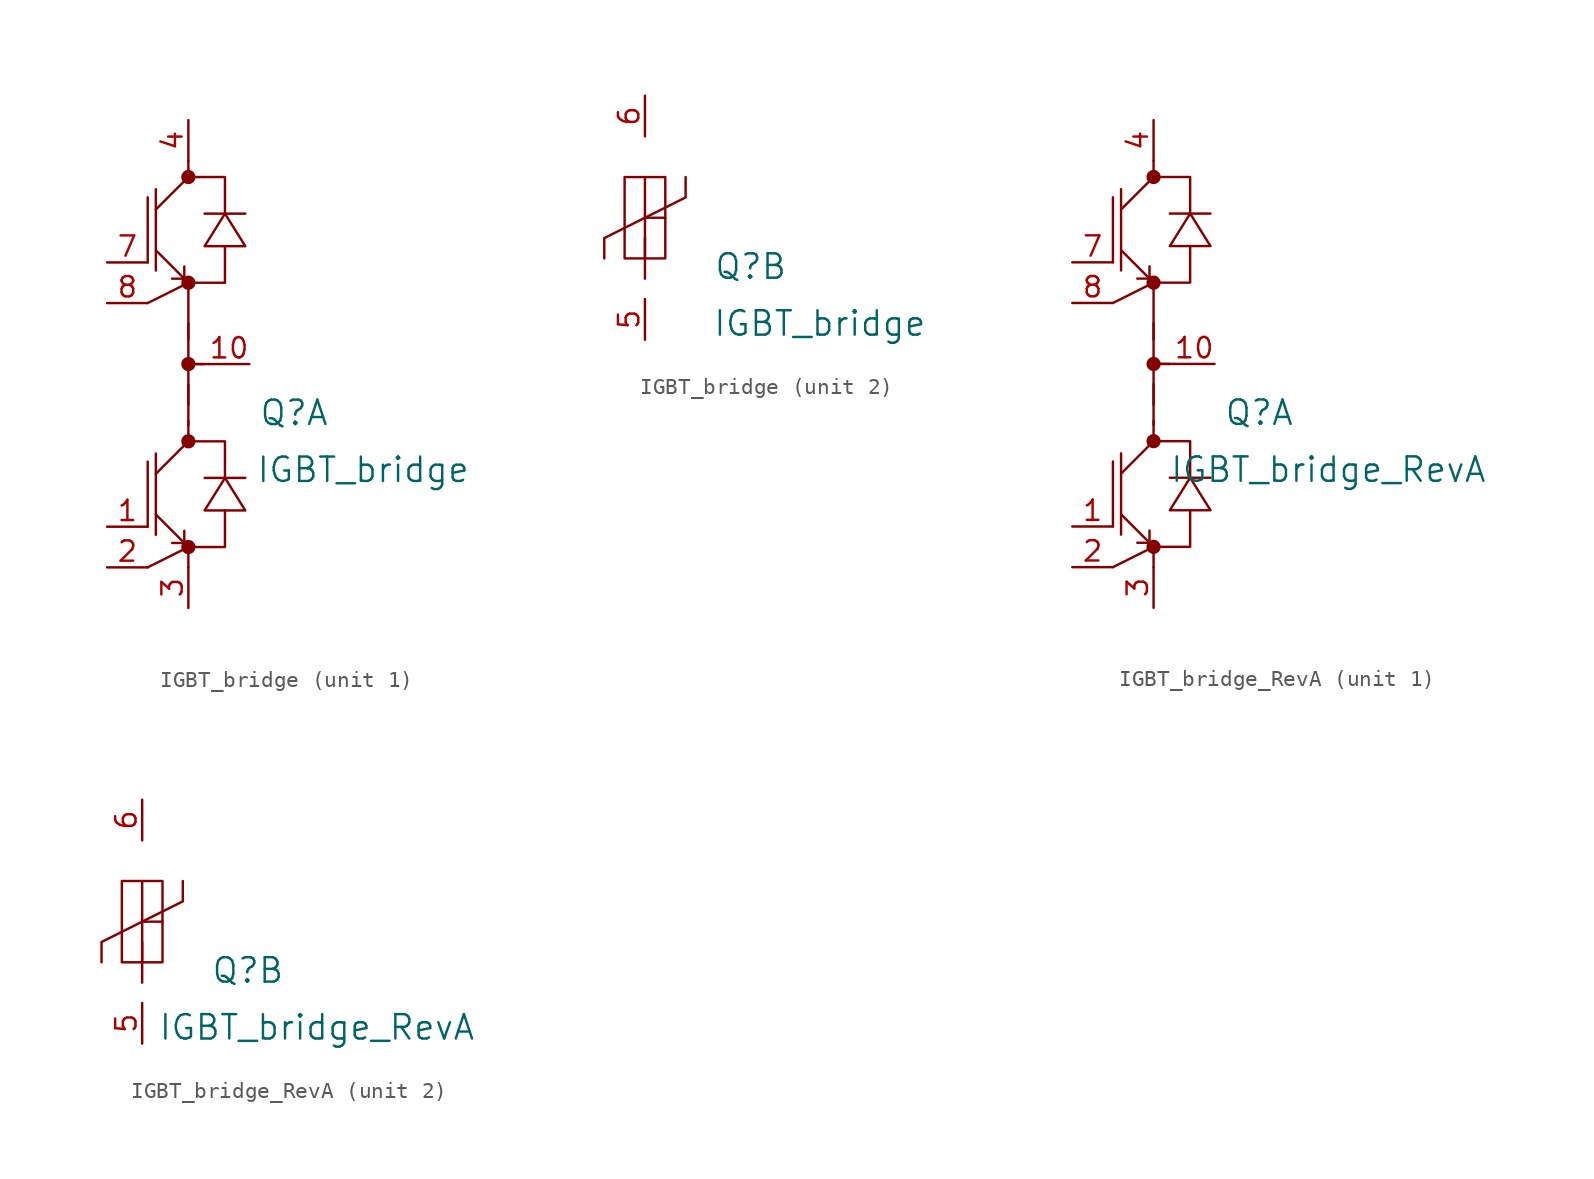
<source format=kicad_sym>
(kicad_symbol_lib
  (version 20211014)
  (generator kicad_symbol_editor)
  (symbol "IGBT_bridge"
    (pin_names
      (offset 1.016))
    (property "Reference" "Q"
      (at 6.604 -3.048 0)
      (effects (font (size 1.524 1.524))))
    (property "Value" "IGBT_bridge"
      (at 10.922 -6.604 0)
      (effects (font (size 1.524 1.524))))
    (symbol "IGBT_bridge_0_1"
      (polyline (pts (xy 0 -3.81) (xy 0 -1.27)) (stroke (width 0) (type default) (color 0 0 0 0)) (fill (type none)))
      (polyline (pts (xy 0 2.54) (xy 0 -2.54)) (stroke (width 0) (type default) (color 0 0 0 0)) (fill (type none)))
      (polyline (pts (xy 1.27 0) (xy 0 0)) (stroke (width 0) (type default) (color 0 0 0 0)) (fill (type none))))
    (symbol "IGBT_bridge_1_1"
      (circle (center 0 -11.43) (radius 0.254) (stroke (width 0.381) (type default) (color 0 0 0 0)) (fill (type none)))
      (circle (center 0 -4.826) (radius 0.254) (stroke (width 0.381) (type default) (color 0 0 0 0)) (fill (type none)))
      (polyline (pts (xy -2.54 -12.7) (xy 0 -11.43)) (stroke (width 0) (type default) (color 0 0 0 0)) (fill (type none)))
      (polyline (pts (xy -2.54 -10.16) (xy -2.54 -6.096)) (stroke (width 0) (type default) (color 0 0 0 0)) (fill (type none)))
      (polyline (pts (xy -2.54 3.81) (xy 0 5.08)) (stroke (width 0) (type default) (color 0 0 0 0)) (fill (type none)))
      (polyline (pts (xy -2.54 6.35) (xy -2.54 10.414)) (stroke (width 0) (type default) (color 0 0 0 0)) (fill (type none)))
      (polyline (pts (xy -2.032 -10.668) (xy -2.032 -5.588)) (stroke (width 0) (type default) (color 0 0 0 0)) (fill (type none)))
      (polyline (pts (xy -2.032 -6.858) (xy 0 -4.826)) (stroke (width 0) (type default) (color 0 0 0 0)) (fill (type none)))
      (polyline (pts (xy -2.032 5.842) (xy -2.032 10.922)) (stroke (width 0) (type default) (color 0 0 0 0)) (fill (type none)))
      (polyline (pts (xy -2.032 9.652) (xy 0 11.684)) (stroke (width 0) (type default) (color 0 0 0 0)) (fill (type none)))
      (polyline (pts (xy -0.254 -11.176) (xy -1.016 -11.176)) (stroke (width 0) (type default) (color 0 0 0 0)) (fill (type none)))
      (polyline (pts (xy -0.254 -11.176) (xy -0.254 -10.414)) (stroke (width 0) (type default) (color 0 0 0 0)) (fill (type none)))
      (polyline (pts (xy -0.254 5.334) (xy -1.016 5.334)) (stroke (width 0) (type default) (color 0 0 0 0)) (fill (type none)))
      (polyline (pts (xy -0.254 5.334) (xy -0.254 6.096)) (stroke (width 0) (type default) (color 0 0 0 0)) (fill (type none)))
      (polyline (pts (xy 0 -12.7) (xy 0 -11.43)) (stroke (width 0) (type default) (color 0 0 0 0)) (fill (type none)))
      (polyline (pts (xy 0 -11.43) (xy -2.032 -9.398)) (stroke (width 0) (type default) (color 0 0 0 0)) (fill (type none)))
      (polyline (pts (xy 0 -3.556) (xy 0 -4.826)) (stroke (width 0) (type default) (color 0 0 0 0)) (fill (type none)))
      (polyline (pts (xy 0 5.08) (xy -2.032 7.112)) (stroke (width 0) (type default) (color 0 0 0 0)) (fill (type none)))
      (polyline (pts (xy 0 5.08) (xy 0 1.524)) (stroke (width 0) (type default) (color 0 0 0 0)) (fill (type none)))
      (polyline (pts (xy 0 11.684) (xy 0 12.7)) (stroke (width 0) (type default) (color 0 0 0 0)) (fill (type none)))
      (polyline (pts (xy 1.016 -7.112) (xy 3.556 -7.112)) (stroke (width 0) (type default) (color 0 0 0 0)) (fill (type none)))
      (polyline (pts (xy 1.016 0) (xy 0 0)) (stroke (width 0) (type default) (color 0 0 0 0)) (fill (type none)))
      (polyline (pts (xy 1.016 9.398) (xy 3.556 9.398)) (stroke (width 0) (type default) (color 0 0 0 0)) (fill (type none)))
      (polyline (pts (xy 0 -11.43) (xy 2.286 -11.43) (xy 2.286 -9.144)) (stroke (width 0) (type default) (color 0 0 0 0)) (fill (type none)))
      (polyline (pts (xy 0 -4.826) (xy 2.286 -4.826) (xy 2.286 -7.112)) (stroke (width 0) (type default) (color 0 0 0 0)) (fill (type none)))
      (polyline (pts (xy 0 5.08) (xy 2.286 5.08) (xy 2.286 7.366)) (stroke (width 0) (type default) (color 0 0 0 0)) (fill (type none)))
      (polyline (pts (xy 0 11.684) (xy 2.286 11.684) (xy 2.286 9.398)) (stroke (width 0) (type default) (color 0 0 0 0)) (fill (type none)))
      (polyline (pts (xy 2.286 -7.112) (xy 1.016 -9.144) (xy 3.556 -9.144) (xy 2.286 -7.112)) (stroke (width 0) (type default) (color 0 0 0 0)) (fill (type none)))
      (polyline (pts (xy 2.286 9.398) (xy 1.016 7.366) (xy 3.556 7.366) (xy 2.286 9.398)) (stroke (width 0) (type default) (color 0 0 0 0)) (fill (type none)))
      (circle (center 0 0) (radius 0.254) (stroke (width 0.381) (type default) (color 0 0 0 0)) (fill (type none)))
      (circle (center 0 5.08) (radius 0.254) (stroke (width 0.381) (type default) (color 0 0 0 0)) (fill (type none)))
      (circle (center 0 11.684) (radius 0.254) (stroke (width 0.381) (type default) (color 0 0 0 0)) (fill (type none)))
      (pin input line (at -5.08 -10.16 0) (length 2.54) (name "~" (effects (font (size 1.27 1.27)))) (number "1" (effects (font (size 1.27 1.27)))))
      (pin input line (at 3.81 0 180) (length 2.54) (name "~" (effects (font (size 1.27 1.27)))) (number "10" (effects (font (size 1.27 1.27)))))
      (pin input line (at -5.08 -12.7 0) (length 2.54) (name "~" (effects (font (size 1.27 1.27)))) (number "2" (effects (font (size 1.27 1.27)))))
      (pin input line (at 0 -15.24 90) (length 2.54) (name "~" (effects (font (size 1.27 1.27)))) (number "3" (effects (font (size 1.27 1.27)))))
      (pin input line (at 0 15.24 270) (length 2.54) (name "~" (effects (font (size 1.27 1.27)))) (number "4" (effects (font (size 1.27 1.27)))))
      (pin input line (at -5.08 6.35 0) (length 2.54) (name "~" (effects (font (size 1.27 1.27)))) (number "7" (effects (font (size 1.27 1.27)))))
      (pin input line (at -5.08 3.81 0) (length 2.54) (name "~" (effects (font (size 1.27 1.27)))) (number "8" (effects (font (size 1.27 1.27))))))
    (symbol "IGBT_bridge_2_1"
      (rectangle (start -1.27 2.54) (end 1.27 -2.54) (stroke (width 0) (type default) (color 0 0 0 0)) (fill (type none)))
      (polyline (pts (xy -2.54 -2.54) (xy -2.54 -1.27) (xy 2.54 1.27) (xy 2.54 2.54)) (stroke (width 0) (type default) (color 0 0 0 0)) (fill (type none)))
      (pin input line (at 0 -7.62 90) (length 2.54) (name "~" (effects (font (size 1.27 1.27)))) (number "5" (effects (font (size 1.27 1.27)))))
      (pin input line (at 0 7.62 270) (length 2.54) (name "~" (effects (font (size 1.27 1.27)))) (number "6" (effects (font (size 1.27 1.27)))))))
  (symbol "IGBT_bridge_RevA"
    (pin_names
      (offset 1.016))
    (property "Reference" "Q"
      (at 6.604 -3.048 0)
      (effects (font (size 1.524 1.524))))
    (property "Value" "IGBT_bridge_RevA"
      (at 10.922 -6.604 0)
      (effects (font (size 1.524 1.524))))
    (symbol "IGBT_bridge_RevA_0_1"
      (polyline (pts (xy 0 -3.81) (xy 0 -1.27)) (stroke (width 0) (type default) (color 0 0 0 0)) (fill (type none)))
      (polyline (pts (xy 0 2.54) (xy 0 -2.54)) (stroke (width 0) (type default) (color 0 0 0 0)) (fill (type none)))
      (polyline (pts (xy 1.27 0) (xy 0 0)) (stroke (width 0) (type default) (color 0 0 0 0)) (fill (type none))))
    (symbol "IGBT_bridge_RevA_1_1"
      (circle (center 0 -11.43) (radius 0.254) (stroke (width 0.381) (type default) (color 0 0 0 0)) (fill (type none)))
      (circle (center 0 -4.826) (radius 0.254) (stroke (width 0.381) (type default) (color 0 0 0 0)) (fill (type none)))
      (polyline (pts (xy -2.54 -12.7) (xy 0 -11.43)) (stroke (width 0) (type default) (color 0 0 0 0)) (fill (type none)))
      (polyline (pts (xy -2.54 -10.16) (xy -2.54 -6.096)) (stroke (width 0) (type default) (color 0 0 0 0)) (fill (type none)))
      (polyline (pts (xy -2.54 3.81) (xy 0 5.08)) (stroke (width 0) (type default) (color 0 0 0 0)) (fill (type none)))
      (polyline (pts (xy -2.54 6.35) (xy -2.54 10.414)) (stroke (width 0) (type default) (color 0 0 0 0)) (fill (type none)))
      (polyline (pts (xy -2.032 -10.668) (xy -2.032 -5.588)) (stroke (width 0) (type default) (color 0 0 0 0)) (fill (type none)))
      (polyline (pts (xy -2.032 -6.858) (xy 0 -4.826)) (stroke (width 0) (type default) (color 0 0 0 0)) (fill (type none)))
      (polyline (pts (xy -2.032 5.842) (xy -2.032 10.922)) (stroke (width 0) (type default) (color 0 0 0 0)) (fill (type none)))
      (polyline (pts (xy -2.032 9.652) (xy 0 11.684)) (stroke (width 0) (type default) (color 0 0 0 0)) (fill (type none)))
      (polyline (pts (xy -0.254 -11.176) (xy -1.016 -11.176)) (stroke (width 0) (type default) (color 0 0 0 0)) (fill (type none)))
      (polyline (pts (xy -0.254 -11.176) (xy -0.254 -10.414)) (stroke (width 0) (type default) (color 0 0 0 0)) (fill (type none)))
      (polyline (pts (xy -0.254 5.334) (xy -1.016 5.334)) (stroke (width 0) (type default) (color 0 0 0 0)) (fill (type none)))
      (polyline (pts (xy -0.254 5.334) (xy -0.254 6.096)) (stroke (width 0) (type default) (color 0 0 0 0)) (fill (type none)))
      (polyline (pts (xy 0 -12.7) (xy 0 -11.43)) (stroke (width 0) (type default) (color 0 0 0 0)) (fill (type none)))
      (polyline (pts (xy 0 -11.43) (xy -2.032 -9.398)) (stroke (width 0) (type default) (color 0 0 0 0)) (fill (type none)))
      (polyline (pts (xy 0 -3.556) (xy 0 -4.826)) (stroke (width 0) (type default) (color 0 0 0 0)) (fill (type none)))
      (polyline (pts (xy 0 5.08) (xy -2.032 7.112)) (stroke (width 0) (type default) (color 0 0 0 0)) (fill (type none)))
      (polyline (pts (xy 0 5.08) (xy 0 1.524)) (stroke (width 0) (type default) (color 0 0 0 0)) (fill (type none)))
      (polyline (pts (xy 0 11.684) (xy 0 12.7)) (stroke (width 0) (type default) (color 0 0 0 0)) (fill (type none)))
      (polyline (pts (xy 1.016 -7.112) (xy 3.556 -7.112)) (stroke (width 0) (type default) (color 0 0 0 0)) (fill (type none)))
      (polyline (pts (xy 1.016 0) (xy 0 0)) (stroke (width 0) (type default) (color 0 0 0 0)) (fill (type none)))
      (polyline (pts (xy 1.016 9.398) (xy 3.556 9.398)) (stroke (width 0) (type default) (color 0 0 0 0)) (fill (type none)))
      (polyline (pts (xy 0 -11.43) (xy 2.286 -11.43) (xy 2.286 -9.144)) (stroke (width 0) (type default) (color 0 0 0 0)) (fill (type none)))
      (polyline (pts (xy 0 -4.826) (xy 2.286 -4.826) (xy 2.286 -7.112)) (stroke (width 0) (type default) (color 0 0 0 0)) (fill (type none)))
      (polyline (pts (xy 0 5.08) (xy 2.286 5.08) (xy 2.286 7.366)) (stroke (width 0) (type default) (color 0 0 0 0)) (fill (type none)))
      (polyline (pts (xy 0 11.684) (xy 2.286 11.684) (xy 2.286 9.398)) (stroke (width 0) (type default) (color 0 0 0 0)) (fill (type none)))
      (polyline (pts (xy 2.286 -7.112) (xy 1.016 -9.144) (xy 3.556 -9.144) (xy 2.286 -7.112)) (stroke (width 0) (type default) (color 0 0 0 0)) (fill (type none)))
      (polyline (pts (xy 2.286 9.398) (xy 1.016 7.366) (xy 3.556 7.366) (xy 2.286 9.398)) (stroke (width 0) (type default) (color 0 0 0 0)) (fill (type none)))
      (circle (center 0 0) (radius 0.254) (stroke (width 0.381) (type default) (color 0 0 0 0)) (fill (type none)))
      (circle (center 0 5.08) (radius 0.254) (stroke (width 0.381) (type default) (color 0 0 0 0)) (fill (type none)))
      (circle (center 0 11.684) (radius 0.254) (stroke (width 0.381) (type default) (color 0 0 0 0)) (fill (type none)))
      (pin input line (at -5.08 -10.16 0) (length 2.54) (name "~" (effects (font (size 1.27 1.27)))) (number "1" (effects (font (size 1.27 1.27)))))
      (pin input line (at 3.81 0 180) (length 2.54) (name "~" (effects (font (size 1.27 1.27)))) (number "10" (effects (font (size 1.27 1.27)))))
      (pin input line (at -5.08 -12.7 0) (length 2.54) (name "~" (effects (font (size 1.27 1.27)))) (number "2" (effects (font (size 1.27 1.27)))))
      (pin input line (at 0 -15.24 90) (length 2.54) (name "~" (effects (font (size 1.27 1.27)))) (number "3" (effects (font (size 1.27 1.27)))))
      (pin input line (at 0 15.24 270) (length 2.54) (name "~" (effects (font (size 1.27 1.27)))) (number "4" (effects (font (size 1.27 1.27)))))
      (pin input line (at -5.08 6.35 0) (length 2.54) (name "~" (effects (font (size 1.27 1.27)))) (number "7" (effects (font (size 1.27 1.27)))))
      (pin input line (at -5.08 3.81 0) (length 2.54) (name "~" (effects (font (size 1.27 1.27)))) (number "8" (effects (font (size 1.27 1.27))))))
    (symbol "IGBT_bridge_RevA_2_1"
      (rectangle (start -1.27 2.54) (end 1.27 -2.54) (stroke (width 0) (type default) (color 0 0 0 0)) (fill (type none)))
      (polyline (pts (xy -2.54 -2.54) (xy -2.54 -1.27) (xy 2.54 1.27) (xy 2.54 2.54)) (stroke (width 0) (type default) (color 0 0 0 0)) (fill (type none)))
      (pin input line (at 0 -7.62 90) (length 2.54) (name "~" (effects (font (size 1.27 1.27)))) (number "5" (effects (font (size 1.27 1.27)))))
      (pin input line (at 0 7.62 270) (length 2.54) (name "~" (effects (font (size 1.27 1.27)))) (number "6" (effects (font (size 1.27 1.27))))))))
</source>
